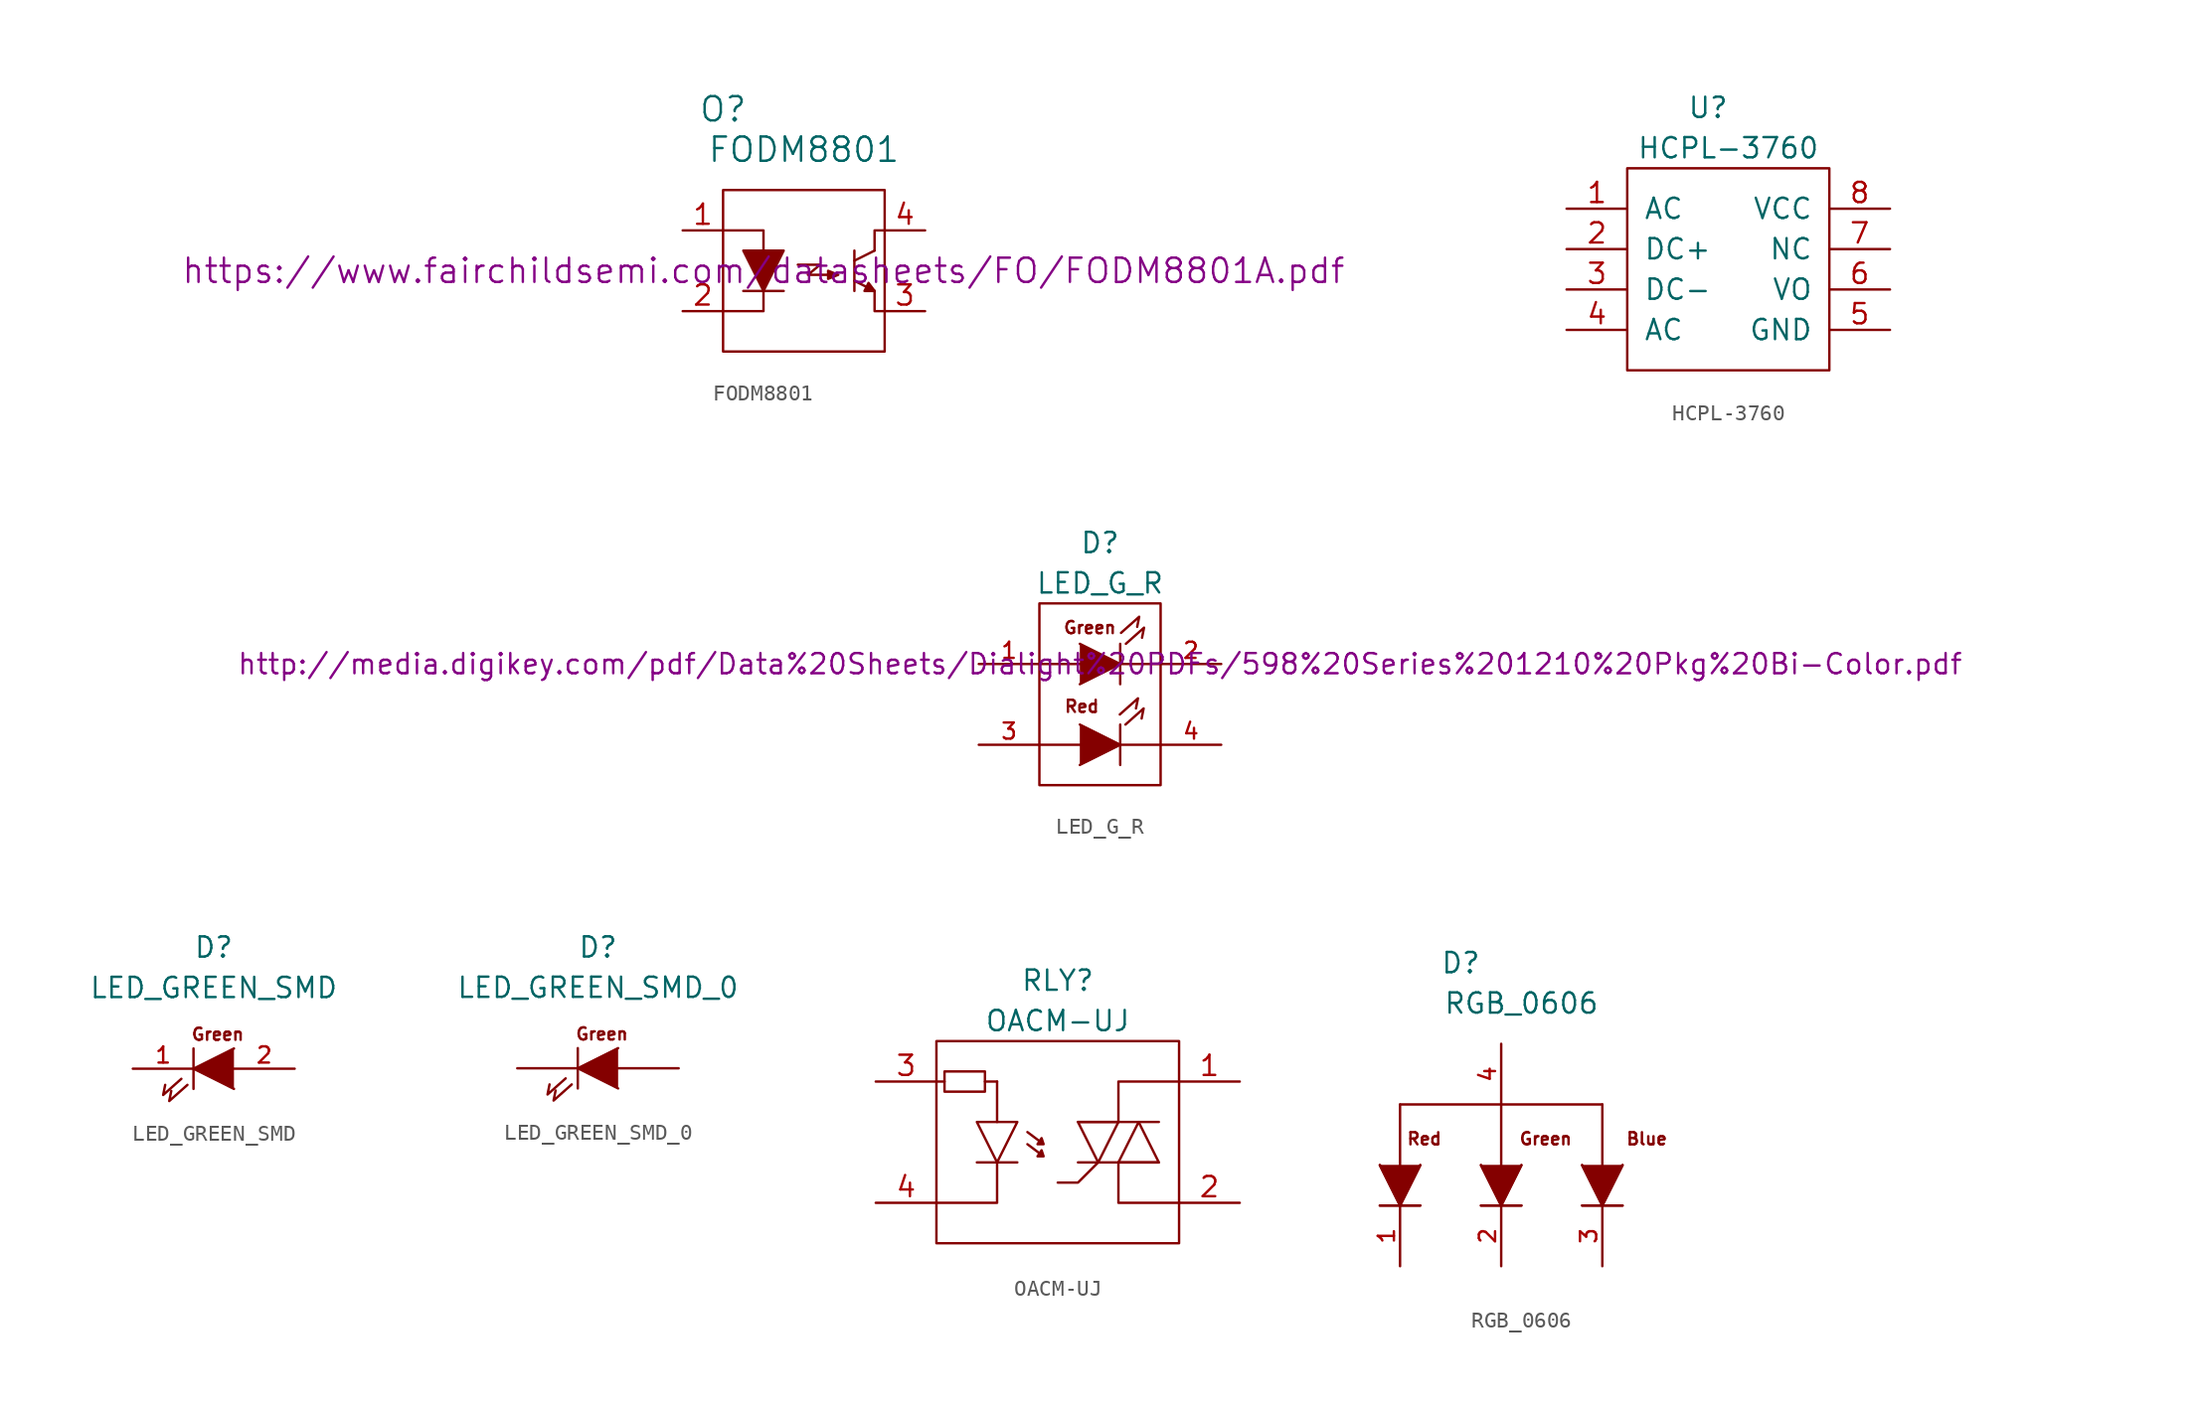
<source format=kicad_sym>
(kicad_symbol_lib
  (version 20231120)
  (generator "kicad_symbol_editor")
  (generator_version "8.0")
  (symbol "FODM8801"
    (pin_names
      (offset 1.016) hide)
    (property "Reference" "O"
      (at -5.08 10.16 0)
      (effects (font (size 1.524 1.524))))
    (property "Value" "FODM8801"
      (at 0 7.62 0)
      (effects (font (size 1.524 1.524))))
    (property "Footprint" ""
      (at -2.54 0 0)
      (effects (font (size 1.524 1.524))))
    (property "Datasheet" "https://www.fairchildsemi.com/datasheets/FO/FODM8801A.pdf"
      (at -2.54 0 0)
      (effects (font (size 1.524 1.524))))
    (symbol "FODM8801_0_1"
      (rectangle (start -5.08 5.08) (end 5.08 -5.08) (stroke (width 0) (type default)) (fill (type none)))
      (polyline (pts (xy -3.81 -1.27) (xy -1.27 -1.27)) (stroke (width 0) (type default)) (fill (type none)))
      (polyline (pts (xy 3.175 -0.635) (xy 4.445 -1.27)) (stroke (width 0) (type default)) (fill (type none)))
      (polyline (pts (xy 3.175 0.635) (xy 4.445 1.27)) (stroke (width 0) (type default)) (fill (type none)))
      (polyline (pts (xy 3.175 1.27) (xy 3.175 -1.27)) (stroke (width 0) (type default)) (fill (type none)))
      (polyline (pts (xy -5.08 -2.54) (xy -2.54 -2.54) (xy -2.54 -1.27)) (stroke (width 0) (type default)) (fill (type none)))
      (polyline (pts (xy -2.54 1.27) (xy -2.54 2.54) (xy -5.08 2.54)) (stroke (width 0) (type default)) (fill (type none)))
      (polyline (pts (xy 4.445 -1.27) (xy 4.445 -2.54) (xy 5.08 -2.54)) (stroke (width 0) (type default)) (fill (type none)))
      (polyline (pts (xy 4.445 1.27) (xy 4.445 2.54) (xy 5.08 2.54)) (stroke (width 0) (type default)) (fill (type none)))
      (polyline (pts (xy -3.81 1.27) (xy -1.27 1.27) (xy -2.54 -1.27) (xy -3.81 1.27)) (stroke (width 0) (type default)) (fill (type outline)))
      (polyline (pts (xy 2.159 -0.254) (xy 1.524 0) (xy 1.524 -0.508) (xy 2.159 -0.254)) (stroke (width 0) (type default)) (fill (type outline)))
      (polyline (pts (xy 4.445 -1.27) (xy 4.064 -0.762) (xy 3.81 -1.27) (xy 4.445 -1.27)) (stroke (width 0) (type default)) (fill (type outline)))
      (polyline (pts (xy -0.381 0.381) (xy 1.016 0.381) (xy 0.254 -0.254) (xy 1.905 -0.254) (xy 2.032 -0.254) (xy 1.905 -0.254)) (stroke (width 0) (type default)) (fill (type none))))
    (symbol "FODM8801_1_1"
      (pin input line (at -7.62 2.54 0) (length 2.54) (name "A" (effects (font (size 1.27 1.27)))) (number "1" (effects (font (size 1.27 1.27)))))
      (pin input line (at -7.62 -2.54 0) (length 2.54) (name "K" (effects (font (size 1.27 1.27)))) (number "2" (effects (font (size 1.27 1.27)))))
      (pin input line (at 7.62 -2.54 180) (length 2.54) (name "E" (effects (font (size 1.27 1.27)))) (number "3" (effects (font (size 1.27 1.27)))))
      (pin input line (at 7.62 2.54 180) (length 2.54) (name "C" (effects (font (size 1.27 1.27)))) (number "4" (effects (font (size 1.27 1.27)))))))
  (symbol "HCPL-3760"
    (pin_names
      (offset 1.016))
    (property "Reference" "U"
      (at -1.27 10.16 0)
      (effects (font (size 1.27 1.27))))
    (property "Value" "HCPL-3760"
      (at 0 7.62 0)
      (effects (font (size 1.27 1.27))))
    (symbol "HCPL-3760_0_1"
      (rectangle (start 6.35 -6.35) (end -6.35 6.35) (stroke (width 0) (type default)) (fill (type none))))
    (symbol "HCPL-3760_1_1"
      (pin input line (at -10.16 3.81 0) (length 3.81) (name "AC" (effects (font (size 1.27 1.27)))) (number "1" (effects (font (size 1.27 1.27)))))
      (pin input line (at -10.16 1.27 0) (length 3.81) (name "DC+" (effects (font (size 1.27 1.27)))) (number "2" (effects (font (size 1.27 1.27)))))
      (pin input line (at -10.16 -1.27 0) (length 3.81) (name "DC-" (effects (font (size 1.27 1.27)))) (number "3" (effects (font (size 1.27 1.27)))))
      (pin input line (at -10.16 -3.81 0) (length 3.81) (name "AC" (effects (font (size 1.27 1.27)))) (number "4" (effects (font (size 1.27 1.27)))))
      (pin input line (at 10.16 -3.81 180) (length 3.81) (name "GND" (effects (font (size 1.27 1.27)))) (number "5" (effects (font (size 1.27 1.27)))))
      (pin input line (at 10.16 -1.27 180) (length 3.81) (name "VO" (effects (font (size 1.27 1.27)))) (number "6" (effects (font (size 1.27 1.27)))))
      (pin input line (at 10.16 1.27 180) (length 3.81) (name "NC" (effects (font (size 1.27 1.27)))) (number "7" (effects (font (size 1.27 1.27)))))
      (pin input line (at 10.16 3.81 180) (length 3.81) (name "VCC" (effects (font (size 1.27 1.27)))) (number "8" (effects (font (size 1.27 1.27)))))))
  (symbol "LED_G_R"
    (pin_names
      (offset 1.016) hide)
    (property "Reference" "D"
      (at 0 10.16 0)
      (effects (font (size 1.27 1.27))))
    (property "Value" "LED_G_R"
      (at 0 7.62 0)
      (effects (font (size 1.27 1.27))))
    (property "Footprint" ""
      (at 0 2.54 0)
      (effects (font (size 1.27 1.27))))
    (property "Datasheet" "http://media.digikey.com/pdf/Data%20Sheets/Dialight%20PDFs/598%20Series%201210%20Pkg%20Bi-Color.pdf"
      (at 0 2.54 0)
      (effects (font (size 1.27 1.27))))
    (symbol "LED_G_R_0_0"
      (rectangle (start -3.81 6.35) (end 3.81 -5.08) (stroke (width 0) (type default)) (fill (type none)))
      (polyline (pts (xy -3.81 2.54) (xy 3.81 2.54)) (stroke (width 0) (type default)) (fill (type none)))
      (polyline (pts (xy 3.81 -2.54) (xy -3.81 -2.54)) (stroke (width 0) (type default)) (fill (type none)))
      (text "Green" (at -0.635 4.826 0) (effects (font (size 0.762 0.762))))
      (text "Red" (at -1.143 -0.127 0) (effects (font (size 0.762 0.762)))))
    (symbol "LED_G_R_0_1"
      (polyline (pts (xy 1.27 -3.81) (xy 1.27 -1.27)) (stroke (width 0) (type default)) (fill (type none)))
      (polyline (pts (xy 1.27 1.27) (xy 1.27 3.81)) (stroke (width 0) (type default)) (fill (type none)))
      (polyline (pts (xy -1.27 -3.81) (xy 1.27 -2.54) (xy -1.27 -1.27)) (stroke (width 0) (type default)) (fill (type outline)))
      (polyline (pts (xy -1.27 1.27) (xy 1.27 2.54) (xy -1.27 3.81)) (stroke (width 0) (type default)) (fill (type outline)))
      (polyline (pts (xy 1.245 -0.635) (xy 2.388 0.381) (xy 2.261 -0.254)) (stroke (width 0) (type default)) (fill (type none)))
      (polyline (pts (xy 1.321 4.496) (xy 2.464 5.512) (xy 2.337 4.877)) (stroke (width 0) (type default)) (fill (type none)))
      (polyline (pts (xy 1.6 -1.27) (xy 2.743 -0.254) (xy 2.616 -0.889)) (stroke (width 0) (type default)) (fill (type none)))
      (polyline (pts (xy 1.626 3.81) (xy 2.769 4.826) (xy 2.642 4.191)) (stroke (width 0) (type default)) (fill (type none))))
    (symbol "LED_G_R_1_1"
      (pin passive line (at -7.62 2.54 0) (length 3.81) (name "A_Green" (effects (font (size 1.016 1.016)))) (number "1" (effects (font (size 1.016 1.016)))))
      (pin passive line (at 7.62 2.54 180) (length 3.81) (name "K_Green" (effects (font (size 1.016 1.016)))) (number "2" (effects (font (size 1.016 1.016)))))
      (pin passive line (at -7.62 -2.54 0) (length 3.81) (name "A_Red" (effects (font (size 1.016 1.016)))) (number "3" (effects (font (size 1.016 1.016)))))
      (pin passive line (at 7.62 -2.54 180) (length 3.81) (name "K_Red" (effects (font (size 1.016 1.016)))) (number "4" (effects (font (size 1.016 1.016)))))))
  (symbol "LED_GREEN_SMD"
    (pin_names
      (offset 1.016) hide)
    (property "Reference" "D"
      (at 0 7.62 0)
      (effects (font (size 1.27 1.27))))
    (property "Value" "LED_GREEN_SMD"
      (at 0 5.08 0)
      (effects (font (size 1.27 1.27))))
    (property "Footprint" ""
      (at 0 0 0)
      (effects (font (size 1.27 1.27))))
    (property "Datasheet" ""
      (at 0 0 0)
      (effects (font (size 1.27 1.27))))
    (symbol "LED_GREEN_SMD_0_0"
      (text "Green" (at 0.254 2.159 0) (effects (font (size 0.762 0.762)))))
    (symbol "LED_GREEN_SMD_0_1"
      (polyline (pts (xy -1.27 1.27) (xy -1.27 -1.27)) (stroke (width 0) (type default)) (fill (type none)))
      (polyline (pts (xy -2.032 -0.635) (xy -3.175 -1.651) (xy -3.048 -1.016)) (stroke (width 0) (type default)) (fill (type none)))
      (polyline (pts (xy -1.651 -1.016) (xy -2.794 -2.032) (xy -2.667 -1.397)) (stroke (width 0) (type default)) (fill (type none)))
      (polyline (pts (xy 1.27 1.27) (xy -1.27 0) (xy 1.27 -1.27)) (stroke (width 0) (type default)) (fill (type outline))))
    (symbol "LED_GREEN_SMD_1_1"
      (pin passive line (at -5.08 0 0) (length 3.81) (name "K" (effects (font (size 1.016 1.016)))) (number "1" (effects (font (size 1.016 1.016)))))
      (pin passive line (at 5.08 0 180) (length 3.81) (name "A" (effects (font (size 1.016 1.016)))) (number "2" (effects (font (size 1.016 1.016)))))))
  (symbol "LED_GREEN_SMD_0"
    (pin_numbers hide)
    (pin_names
      (offset 1.016) hide)
    (property "Reference" "D"
      (at 0 7.62 0)
      (effects (font (size 1.27 1.27))))
    (property "Value" "LED_GREEN_SMD_0"
      (at 0 5.08 0)
      (effects (font (size 1.27 1.27))))
    (property "Footprint" ""
      (at 0 0 0)
      (effects (font (size 1.27 1.27))))
    (property "Datasheet" ""
      (at 0 0 0)
      (effects (font (size 1.27 1.27))))
    (symbol "LED_GREEN_SMD_0_0_0"
      (text "Green" (at 0.254 2.159 0) (effects (font (size 0.762 0.762)))))
    (symbol "LED_GREEN_SMD_0_0_1"
      (polyline (pts (xy -1.27 1.27) (xy -1.27 -1.27)) (stroke (width 0) (type default)) (fill (type none)))
      (polyline (pts (xy -2.032 -0.635) (xy -3.175 -1.651) (xy -3.048 -1.016)) (stroke (width 0) (type default)) (fill (type none)))
      (polyline (pts (xy -1.651 -1.016) (xy -2.794 -2.032) (xy -2.667 -1.397)) (stroke (width 0) (type default)) (fill (type none)))
      (polyline (pts (xy 1.27 1.27) (xy -1.27 0) (xy 1.27 -1.27)) (stroke (width 0) (type default)) (fill (type outline))))
    (symbol "LED_GREEN_SMD_0_1_1"
      (pin passive line (at -5.08 0 0) (length 3.81) (name "K" (effects (font (size 1.016 1.016)))) (number "1" (effects (font (size 1.016 1.016)))))
      (pin passive line (at 5.08 0 180) (length 3.81) (name "A" (effects (font (size 1.016 1.016)))) (number "2" (effects (font (size 1.016 1.016)))))))
  (symbol "OACM-UJ"
    (pin_names
      (offset 1.016) hide)
    (property "Reference" "RLY"
      (at 0 10.16 0)
      (effects (font (size 1.27 1.27))))
    (property "Value" "OACM-UJ"
      (at 0 7.62 0)
      (effects (font (size 1.27 1.27))))
    (symbol "OACM-UJ_0_0"
      (rectangle (start -7.62 6.35) (end 7.62 -6.35) (stroke (width 0) (type default)) (fill (type none)))
      (rectangle (start -4.572 3.175) (end -7.112 4.445) (stroke (width 0) (type default)) (fill (type none)))
      (polyline (pts (xy -7.62 3.81) (xy -7.112 3.81)) (stroke (width 0) (type default)) (fill (type none)))
      (polyline (pts (xy -5.08 -1.27) (xy -2.54 -1.27)) (stroke (width 0) (type default)) (fill (type none)))
      (polyline (pts (xy -4.572 3.81) (xy -3.81 3.81)) (stroke (width 0) (type default)) (fill (type none)))
      (polyline (pts (xy -3.81 1.27) (xy -3.81 3.81)) (stroke (width 0) (type default)) (fill (type none)))
      (polyline (pts (xy -3.81 -1.27) (xy -3.81 -3.81) (xy -7.62 -3.81)) (stroke (width 0) (type default)) (fill (type none)))
      (polyline (pts (xy 2.54 -1.27) (xy 1.27 -2.54) (xy 0 -2.54)) (stroke (width 0) (type default)) (fill (type none)))
      (polyline (pts (xy -5.08 1.27) (xy -2.54 1.27) (xy -3.81 -1.27) (xy -5.08 1.27)) (stroke (width 0) (type default)) (fill (type none)))
      (polyline (pts (xy -1.905 -0.127) (xy -0.889 -0.889) (xy -1.016 -0.508) (xy -1.27 -0.889) (xy -0.889 -0.889)) (stroke (width 0) (type default)) (fill (type none)))
      (polyline (pts (xy -1.905 0.635) (xy -0.889 -0.127) (xy -1.016 0.254) (xy -1.27 -0.127) (xy -0.889 -0.127)) (stroke (width 0) (type default)) (fill (type none)))
      (text "~" (at 8.89 2.54 0) (effects (font (size 1.27 1.27))))
      (text "~" (at 10.16 11.43 0) (effects (font (size 1.27 1.27)))))
    (symbol "OACM-UJ_0_1"
      (polyline (pts (xy 6.35 -1.27) (xy 1.27 -1.27)) (stroke (width 0) (type default)) (fill (type none)))
      (polyline (pts (xy 6.35 1.27) (xy 1.27 1.27)) (stroke (width 0) (type default)) (fill (type none)))
      (polyline (pts (xy 3.81 -1.27) (xy 3.81 -3.81) (xy 7.62 -3.81)) (stroke (width 0) (type default)) (fill (type none)))
      (polyline (pts (xy 3.81 1.27) (xy 3.81 3.81) (xy 7.62 3.81)) (stroke (width 0) (type default)) (fill (type none)))
      (polyline (pts (xy 1.27 1.27) (xy 3.81 1.27) (xy 2.54 -1.27) (xy 1.27 1.27)) (stroke (width 0) (type default)) (fill (type none)))
      (polyline (pts (xy 3.81 -1.27) (xy 6.35 -1.27) (xy 5.08 1.27) (xy 3.81 -1.27)) (stroke (width 0) (type default)) (fill (type none))))
    (symbol "OACM-UJ_1_1"
      (pin input line (at 11.43 3.81 180) (length 3.81) (name "AC1" (effects (font (size 1.27 1.27)))) (number "1" (effects (font (size 1.27 1.27)))))
      (pin input line (at 11.43 -3.81 180) (length 3.81) (name "AC2" (effects (font (size 1.27 1.27)))) (number "2" (effects (font (size 1.27 1.27)))))
      (pin input line (at -11.43 3.81 0) (length 3.81) (name "+" (effects (font (size 1.27 1.27)))) (number "3" (effects (font (size 1.27 1.27)))))
      (pin input line (at -11.43 -3.81 0) (length 3.81) (name "-" (effects (font (size 1.27 1.27)))) (number "4" (effects (font (size 1.27 1.27)))))))
  (symbol "RGB_0606"
    (pin_names
      (offset 1.016) hide)
    (property "Reference" "D"
      (at -2.54 3.81 0)
      (effects (font (size 1.27 1.27))))
    (property "Value" "RGB_0606"
      (at 1.27 1.27 0)
      (effects (font (size 1.27 1.27))))
    (property "Footprint" ""
      (at 6.35 -10.16 0)
      (effects (font (size 1.27 1.27))))
    (property "Datasheet" ""
      (at 6.35 -10.16 90)
      (effects (font (size 1.27 1.27))))
    (symbol "RGB_0606_0_0"
      (polyline (pts (xy -6.35 -5.08) (xy -6.35 -8.89)) (stroke (width 0) (type default)) (fill (type none)))
      (polyline (pts (xy 0 -5.08) (xy 0 -8.89)) (stroke (width 0) (type default)) (fill (type none)))
      (polyline (pts (xy 6.35 -5.08) (xy 6.35 -8.89)) (stroke (width 0) (type default)) (fill (type none)))
      (polyline (pts (xy 6.35 -5.08) (xy 0 -5.08) (xy -6.35 -5.08)) (stroke (width 0) (type default)) (fill (type none)))
      (text "Blue" (at 9.144 -7.239 0) (effects (font (size 0.762 0.762))))
      (text "Green" (at 2.794 -7.239 0) (effects (font (size 0.762 0.762))))
      (text "Red" (at -4.826 -7.239 0) (effects (font (size 0.762 0.762)))))
    (symbol "RGB_0606_0_1"
      (polyline (pts (xy -5.08 -11.43) (xy -7.62 -11.43)) (stroke (width 0) (type default)) (fill (type none)))
      (polyline (pts (xy -5.08 -11.43) (xy -7.62 -11.43)) (stroke (width 0) (type default)) (fill (type none)))
      (polyline (pts (xy 1.27 -11.43) (xy -1.27 -11.43)) (stroke (width 0) (type default)) (fill (type none)))
      (polyline (pts (xy 1.27 -11.43) (xy -1.27 -11.43)) (stroke (width 0) (type default)) (fill (type none)))
      (polyline (pts (xy 7.62 -11.43) (xy 5.08 -11.43)) (stroke (width 0) (type default)) (fill (type none)))
      (polyline (pts (xy 7.62 -11.43) (xy 5.08 -11.43)) (stroke (width 0) (type default)) (fill (type none)))
      (polyline (pts (xy -5.08 -8.89) (xy -6.35 -11.43) (xy -7.62 -8.89)) (stroke (width 0) (type default)) (fill (type outline)))
      (polyline (pts (xy -5.08 -8.89) (xy -6.35 -11.43) (xy -7.62 -8.89)) (stroke (width 0) (type default)) (fill (type outline)))
      (polyline (pts (xy 1.27 -8.89) (xy 0 -11.43) (xy -1.27 -8.89)) (stroke (width 0) (type default)) (fill (type outline)))
      (polyline (pts (xy 1.27 -8.89) (xy 0 -11.43) (xy -1.27 -8.89)) (stroke (width 0) (type default)) (fill (type outline)))
      (polyline (pts (xy 7.62 -8.89) (xy 6.35 -11.43) (xy 5.08 -8.89)) (stroke (width 0) (type default)) (fill (type outline)))
      (polyline (pts (xy 7.62 -8.89) (xy 6.35 -11.43) (xy 5.08 -8.89)) (stroke (width 0) (type default)) (fill (type outline))))
    (symbol "RGB_0606_1_1"
      (pin passive line (at -6.35 -15.24 90) (length 3.81) (name "K" (effects (font (size 1.016 1.016)))) (number "1" (effects (font (size 1.016 1.016)))))
      (pin passive line (at 0 -15.24 90) (length 3.81) (name "K" (effects (font (size 1.016 1.016)))) (number "2" (effects (font (size 1.016 1.016)))))
      (pin passive line (at 6.35 -15.24 90) (length 3.81) (name "K" (effects (font (size 1.016 1.016)))) (number "3" (effects (font (size 1.016 1.016)))))
      (pin passive line (at 0 -1.27 270) (length 3.81) (name "~" (effects (font (size 1.016 1.016)))) (number "4" (effects (font (size 1.016 1.016))))))))
</source>
